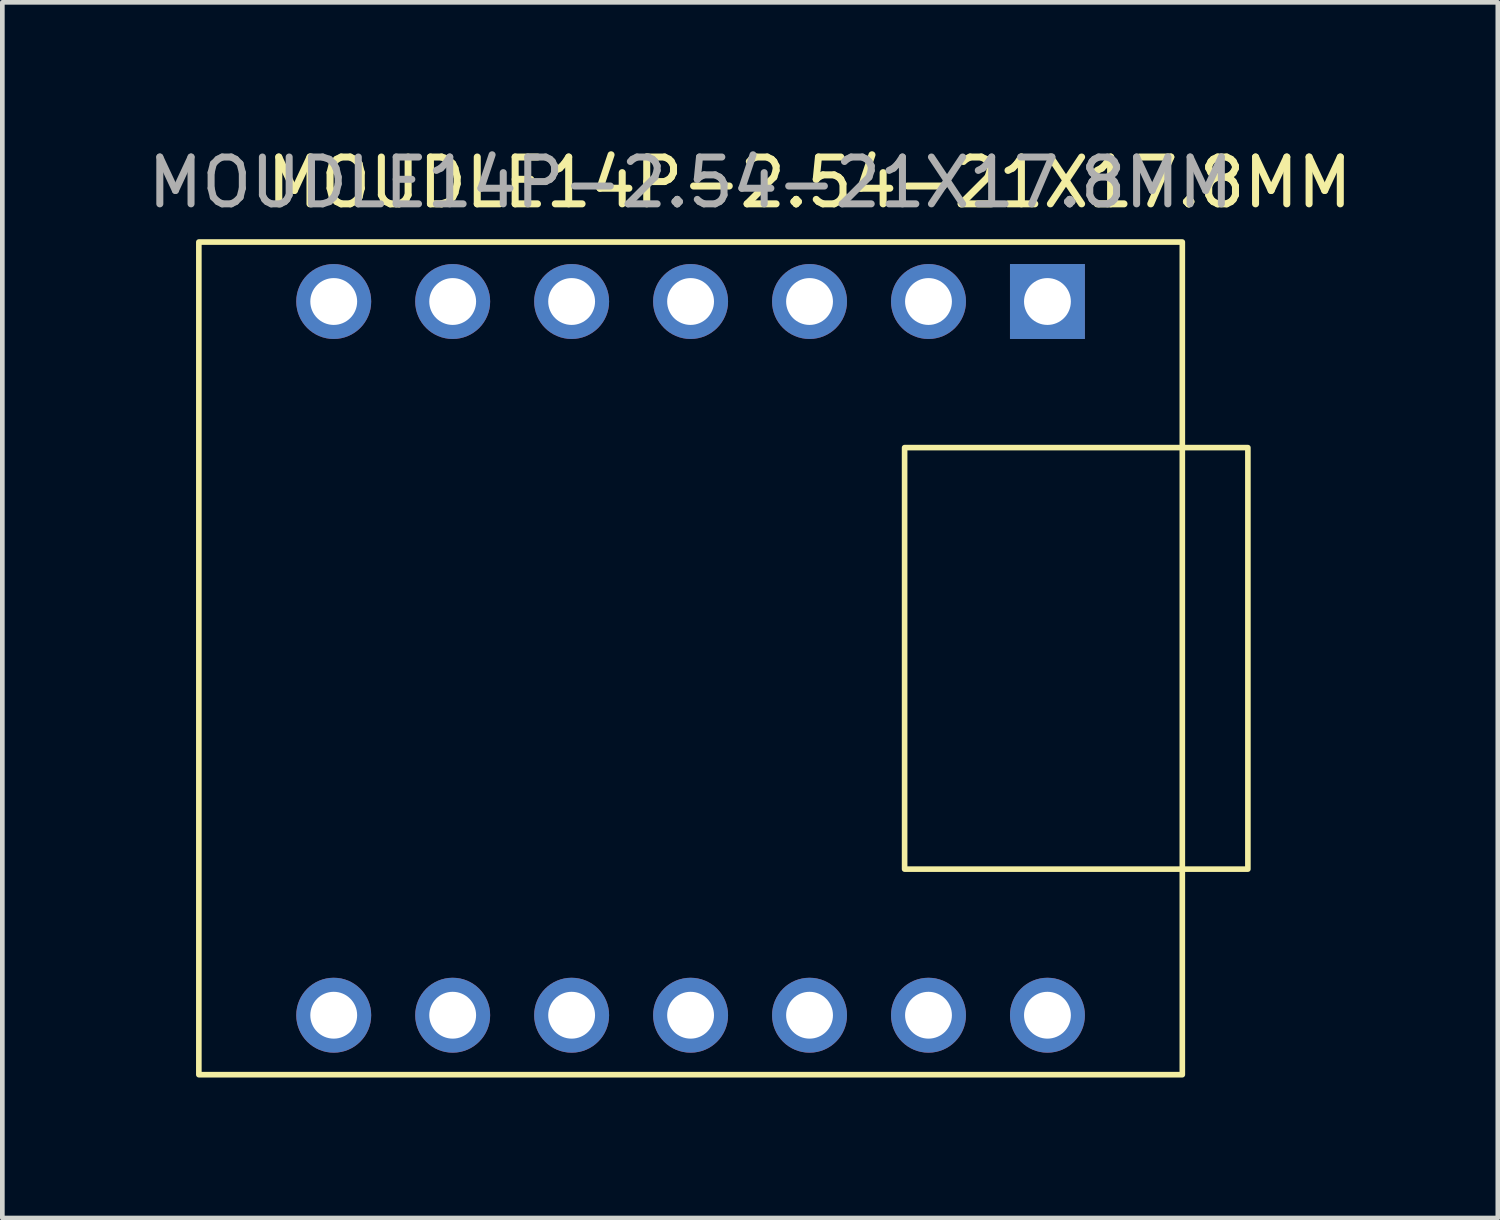
<source format=kicad_pcb>
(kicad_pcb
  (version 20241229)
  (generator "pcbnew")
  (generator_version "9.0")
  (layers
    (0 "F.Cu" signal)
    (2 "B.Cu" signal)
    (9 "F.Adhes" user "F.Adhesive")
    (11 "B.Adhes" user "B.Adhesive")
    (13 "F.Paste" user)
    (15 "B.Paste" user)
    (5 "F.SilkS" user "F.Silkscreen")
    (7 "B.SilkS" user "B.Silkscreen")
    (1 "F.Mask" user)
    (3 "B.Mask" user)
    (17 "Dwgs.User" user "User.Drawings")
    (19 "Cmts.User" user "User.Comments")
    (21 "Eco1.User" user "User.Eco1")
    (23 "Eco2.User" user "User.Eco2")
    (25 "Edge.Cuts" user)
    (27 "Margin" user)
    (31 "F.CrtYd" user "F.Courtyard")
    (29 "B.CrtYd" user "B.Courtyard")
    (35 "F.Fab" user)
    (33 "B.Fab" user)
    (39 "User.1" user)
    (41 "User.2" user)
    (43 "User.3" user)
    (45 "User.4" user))
  (footprint "MOUDLE14P-2.54-21X17.8MM"
    (layer "F.Cu")
    (at 11.696 11.008)
    (property "Reference" "MOUDLE14P-2.54-21X17.8MM" (at 2.54 -10.16 0) (unlocked yes) (layer "F.SilkS") (effects (font (size 1 1) (thickness 0.15))))
    (attr through_hole)
    (fp_rect (start -10.5 -8.89) (end 10.5 8.89) (stroke (width 0.12) (type solid)) (fill no) (layer "F.SilkS"))
    (fp_rect (start 4.57 -4.5) (end 11.9 4.5) (stroke (width 0.12) (type solid)) (fill no) (layer "F.SilkS"))
    (fp_text user "${REFERENCE}" (at 0 -10.16 0) (unlocked yes) (layer "F.Fab") (effects (font (size 1 1) (thickness 0.15))))
    (pad "1" thru_hole rect (at 7.62 -7.62) (size 1.6 1.6) (drill 1) (layers "*.Cu" "*.Mask"))
    (pad "2" thru_hole circle (at 5.08 -7.62) (size 1.6 1.6) (drill 1) (layers "*.Cu" "*.Mask"))
    (pad "3" thru_hole circle (at 2.54 -7.62) (size 1.6 1.6) (drill 1) (layers "*.Cu" "*.Mask"))
    (pad "4" thru_hole circle (at 0 -7.62) (size 1.6 1.6) (drill 1) (layers "*.Cu" "*.Mask"))
    (pad "5" thru_hole circle (at -2.54 -7.62) (size 1.6 1.6) (drill 1) (layers "*.Cu" "*.Mask"))
    (pad "6" thru_hole circle (at -5.08 -7.62) (size 1.6 1.6) (drill 1) (layers "*.Cu" "*.Mask"))
    (pad "7" thru_hole circle (at -7.62 -7.62) (size 1.6 1.6) (drill 1) (layers "*.Cu" "*.Mask"))
    (pad "8" thru_hole circle (at -7.62 7.62) (size 1.6 1.6) (drill 1) (layers "*.Cu" "*.Mask"))
    (pad "9" thru_hole circle (at -5.08 7.62) (size 1.6 1.6) (drill 1) (layers "*.Cu" "*.Mask"))
    (pad "10" thru_hole circle (at -2.54 7.62) (size 1.6 1.6) (drill 1) (layers "*.Cu" "*.Mask"))
    (pad "11" thru_hole circle (at 0 7.62) (size 1.6 1.6) (drill 1) (layers "*.Cu" "*.Mask"))
    (pad "12" thru_hole circle (at 2.54 7.62) (size 1.6 1.6) (drill 1) (layers "*.Cu" "*.Mask"))
    (pad "13" thru_hole circle (at 5.08 7.62) (size 1.6 1.6) (drill 1) (layers "*.Cu" "*.Mask"))
    (pad "14" thru_hole circle (at 7.62 7.62) (size 1.6 1.6) (drill 1) (layers "*.Cu" "*.Mask")))
  (gr_rect
    (start -3 -3)
    (end 28.933 22.958)
    (stroke (width 0.1) (type default))
    (fill no)
    (layer "Edge.Cuts")))
</source>
